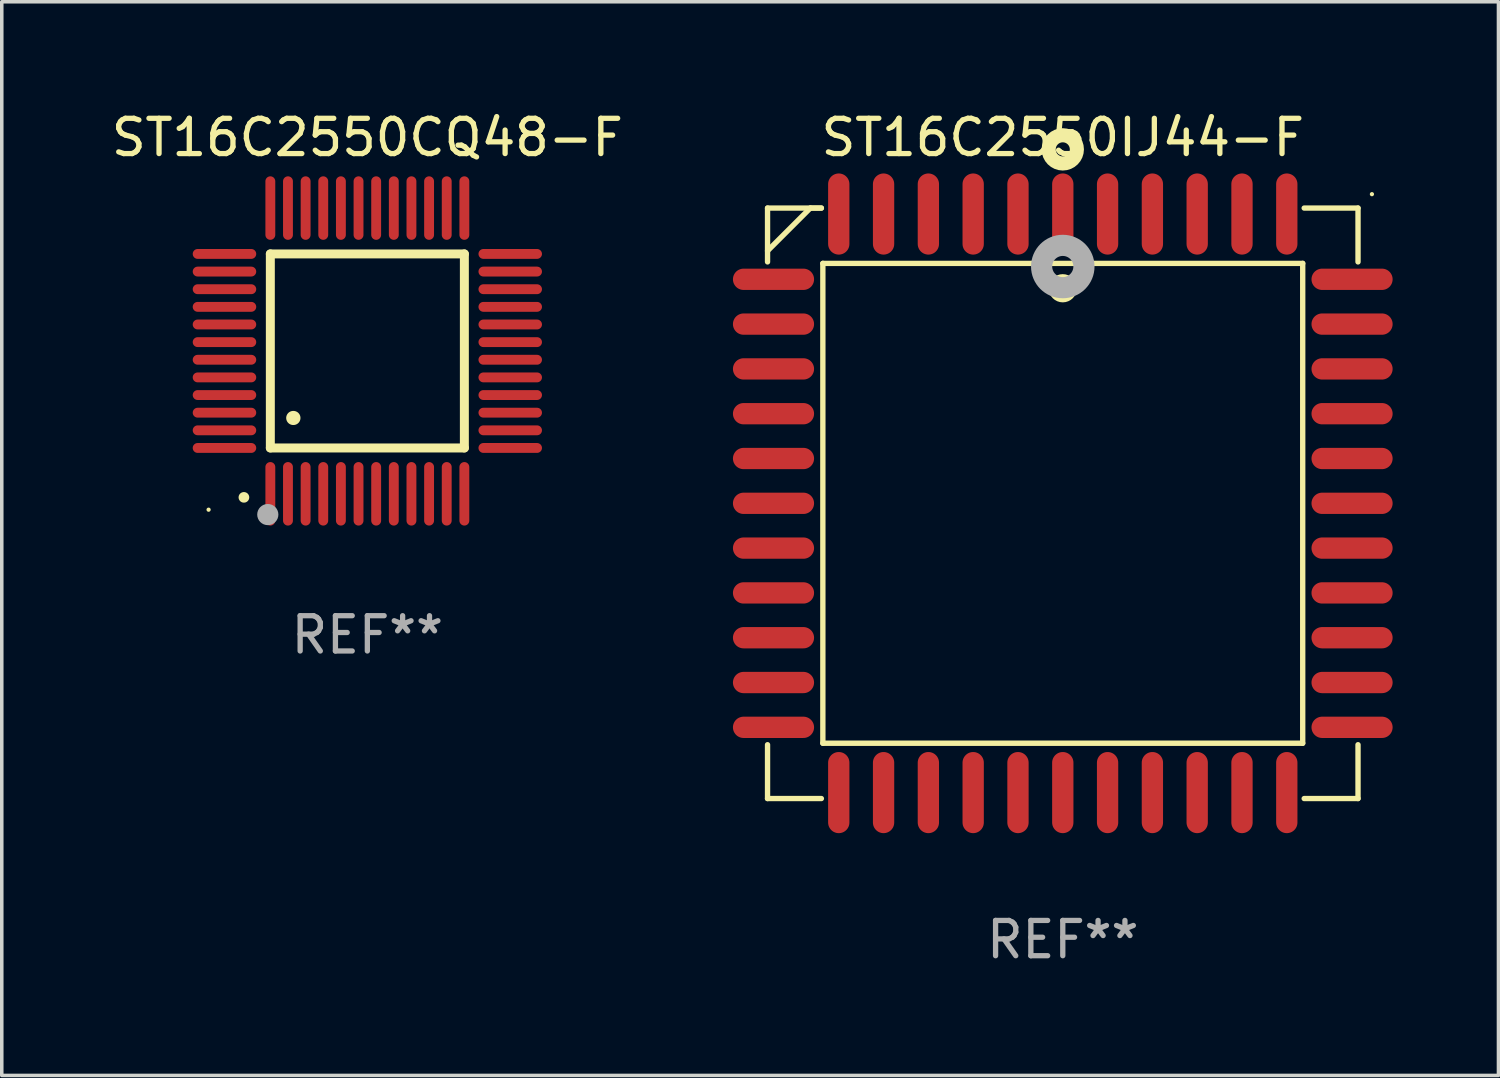
<source format=kicad_pcb>
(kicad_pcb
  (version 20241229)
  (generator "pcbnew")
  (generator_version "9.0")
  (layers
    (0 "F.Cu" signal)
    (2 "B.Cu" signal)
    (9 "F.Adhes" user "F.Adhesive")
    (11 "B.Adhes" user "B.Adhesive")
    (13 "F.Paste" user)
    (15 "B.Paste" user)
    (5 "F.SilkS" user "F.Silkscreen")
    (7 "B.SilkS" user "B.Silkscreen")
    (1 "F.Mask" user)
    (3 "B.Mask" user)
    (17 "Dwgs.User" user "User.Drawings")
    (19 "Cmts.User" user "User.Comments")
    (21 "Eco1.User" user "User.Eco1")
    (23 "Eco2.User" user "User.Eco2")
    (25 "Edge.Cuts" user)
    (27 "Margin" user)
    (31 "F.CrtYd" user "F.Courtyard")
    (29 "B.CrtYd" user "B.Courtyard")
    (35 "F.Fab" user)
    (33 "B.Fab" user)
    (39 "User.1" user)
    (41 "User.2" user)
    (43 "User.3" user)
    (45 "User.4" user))
  (footprint "ST16C2550IJ44-F"
    (layer "F.Cu")
    (at 27.076 11.217)
    (property "Reference" "ST16C2550IJ44-F" (at 0 -10.369 0) (layer "F.SilkS") (effects (font (size 1 1) (thickness 0.15))))
    (attr through_hole)
    (fp_line (start -8.369 -8.369) (end -8.369 -6.843) (stroke (width 0.152) (type solid)) (layer "F.SilkS"))
    (fp_line (start -8.369 8.369) (end -8.369 6.843) (stroke (width 0.152) (type solid)) (layer "F.SilkS"))
    (fp_line (start -7.156 -8.369) (end -8.369 -7.156) (stroke (width 0.152) (type solid)) (layer "F.SilkS"))
    (fp_line (start -6.843 -8.369) (end -8.369 -8.369) (stroke (width 0.152) (type solid)) (layer "F.SilkS"))
    (fp_line (start -6.843 -8.369) (end -7.156 -8.369) (stroke (width 0.152) (type solid)) (layer "F.SilkS"))
    (fp_line (start -6.843 8.369) (end -8.369 8.369) (stroke (width 0.152) (type solid)) (layer "F.SilkS"))
    (fp_line (start -6.801 -6.801) (end 6.801 -6.801) (stroke (width 0.152) (type solid)) (layer "F.SilkS"))
    (fp_line (start -6.801 6.801) (end -6.801 -6.801) (stroke (width 0.152) (type solid)) (layer "F.SilkS"))
    (fp_line (start 6.801 -6.801) (end 6.801 6.801) (stroke (width 0.152) (type solid)) (layer "F.SilkS"))
    (fp_line (start 6.801 6.801) (end -6.801 6.801) (stroke (width 0.152) (type solid)) (layer "F.SilkS"))
    (fp_line (start 6.843 -8.369) (end 8.369 -8.369) (stroke (width 0.152) (type solid)) (layer "F.SilkS"))
    (fp_line (start 6.843 8.369) (end 8.369 8.369) (stroke (width 0.152) (type solid)) (layer "F.SilkS"))
    (fp_line (start 8.369 -8.369) (end 8.369 -6.843) (stroke (width 0.152) (type solid)) (layer "F.SilkS"))
    (fp_line (start 8.369 8.369) (end 8.369 6.843) (stroke (width 0.152) (type solid)) (layer "F.SilkS"))
    (fp_circle (center -0.000013 -6.096) (end 0.2 -6.096) (stroke (width 0.4) (type solid)) (fill no) (layer "F.SilkS"))
    (fp_circle (center 0.000114 -10.033) (end 0.2 -10.033) (stroke (width 0.4) (type solid)) (fill no) (layer "F.SilkS"))
    (fp_circle (center 8.763 -8.763) (end 8.793 -8.763) (stroke (width 0.06) (type solid)) (fill no) (layer "F.SilkS"))
    (fp_circle (center 0.000114 -6.712) (end 0.3 -6.712) (stroke (width 0.6) (type solid)) (fill no) (layer "F.Fab"))
    (fp_text user "REF**" (at 0 12.369 0) (layer "F.Fab") (effects (font (size 1 1) (thickness 0.15))))
    (pad "1" smd oval (at 0.000114 -8.2) (size 0.604 2.3) (layers "F.Cu" "F.Mask" "F.Paste"))
    (pad "2" smd oval (at -1.27 -8.2) (size 0.604 2.3) (layers "F.Cu" "F.Mask" "F.Paste"))
    (pad "3" smd oval (at -2.54 -8.2) (size 0.604 2.3) (layers "F.Cu" "F.Mask" "F.Paste"))
    (pad "4" smd oval (at -3.81 -8.2) (size 0.604 2.3) (layers "F.Cu" "F.Mask" "F.Paste"))
    (pad "5" smd oval (at -5.08 -8.2) (size 0.604 2.3) (layers "F.Cu" "F.Mask" "F.Paste"))
    (pad "6" smd oval (at -6.35 -8.2) (size 0.604 2.3) (layers "F.Cu" "F.Mask" "F.Paste"))
    (pad "7" smd oval (at -8.2 -6.35) (size 2.3 0.604) (layers "F.Cu" "F.Mask" "F.Paste"))
    (pad "8" smd oval (at -8.2 -5.08) (size 2.3 0.604) (layers "F.Cu" "F.Mask" "F.Paste"))
    (pad "9" smd oval (at -8.2 -3.81) (size 2.3 0.604) (layers "F.Cu" "F.Mask" "F.Paste"))
    (pad "10" smd oval (at -8.2 -2.54) (size 2.3 0.604) (layers "F.Cu" "F.Mask" "F.Paste"))
    (pad "11" smd oval (at -8.2 -1.27) (size 2.3 0.604) (layers "F.Cu" "F.Mask" "F.Paste"))
    (pad "12" smd oval (at -8.2 0.000127) (size 2.3 0.604) (layers "F.Cu" "F.Mask" "F.Paste"))
    (pad "13" smd oval (at -8.2 1.27) (size 2.3 0.604) (layers "F.Cu" "F.Mask" "F.Paste"))
    (pad "14" smd oval (at -8.2 2.54) (size 2.3 0.604) (layers "F.Cu" "F.Mask" "F.Paste"))
    (pad "15" smd oval (at -8.2 3.81) (size 2.3 0.604) (layers "F.Cu" "F.Mask" "F.Paste"))
    (pad "16" smd oval (at -8.2 5.08) (size 2.3 0.604) (layers "F.Cu" "F.Mask" "F.Paste"))
    (pad "17" smd oval (at -8.2 6.35) (size 2.3 0.604) (layers "F.Cu" "F.Mask" "F.Paste"))
    (pad "18" smd oval (at -6.35 8.2) (size 0.604 2.3) (layers "F.Cu" "F.Mask" "F.Paste"))
    (pad "19" smd oval (at -5.08 8.2) (size 0.604 2.3) (layers "F.Cu" "F.Mask" "F.Paste"))
    (pad "20" smd oval (at -3.81 8.2) (size 0.604 2.3) (layers "F.Cu" "F.Mask" "F.Paste"))
    (pad "21" smd oval (at -2.54 8.2) (size 0.604 2.3) (layers "F.Cu" "F.Mask" "F.Paste"))
    (pad "22" smd oval (at -1.27 8.2) (size 0.604 2.3) (layers "F.Cu" "F.Mask" "F.Paste"))
    (pad "23" smd oval (at 0.000114 8.2) (size 0.604 2.3) (layers "F.Cu" "F.Mask" "F.Paste"))
    (pad "24" smd oval (at 1.27 8.2) (size 0.604 2.3) (layers "F.Cu" "F.Mask" "F.Paste"))
    (pad "25" smd oval (at 2.54 8.2) (size 0.604 2.3) (layers "F.Cu" "F.Mask" "F.Paste"))
    (pad "26" smd oval (at 3.81 8.2) (size 0.604 2.3) (layers "F.Cu" "F.Mask" "F.Paste"))
    (pad "27" smd oval (at 5.08 8.2) (size 0.604 2.3) (layers "F.Cu" "F.Mask" "F.Paste"))
    (pad "28" smd oval (at 6.35 8.2) (size 0.604 2.3) (layers "F.Cu" "F.Mask" "F.Paste"))
    (pad "29" smd oval (at 8.2 6.35) (size 2.3 0.604) (layers "F.Cu" "F.Mask" "F.Paste"))
    (pad "30" smd oval (at 8.2 5.08) (size 2.3 0.604) (layers "F.Cu" "F.Mask" "F.Paste"))
    (pad "31" smd oval (at 8.2 3.81) (size 2.3 0.604) (layers "F.Cu" "F.Mask" "F.Paste"))
    (pad "32" smd oval (at 8.2 2.54) (size 2.3 0.604) (layers "F.Cu" "F.Mask" "F.Paste"))
    (pad "33" smd oval (at 8.2 1.27) (size 2.3 0.604) (layers "F.Cu" "F.Mask" "F.Paste"))
    (pad "34" smd oval (at 8.2 0.000127) (size 2.3 0.604) (layers "F.Cu" "F.Mask" "F.Paste"))
    (pad "35" smd oval (at 8.2 -1.27) (size 2.3 0.604) (layers "F.Cu" "F.Mask" "F.Paste"))
    (pad "36" smd oval (at 8.2 -2.54) (size 2.3 0.604) (layers "F.Cu" "F.Mask" "F.Paste"))
    (pad "37" smd oval (at 8.2 -3.81) (size 2.3 0.604) (layers "F.Cu" "F.Mask" "F.Paste"))
    (pad "38" smd oval (at 8.2 -5.08) (size 2.3 0.604) (layers "F.Cu" "F.Mask" "F.Paste"))
    (pad "39" smd oval (at 8.2 -6.35) (size 2.3 0.604) (layers "F.Cu" "F.Mask" "F.Paste"))
    (pad "40" smd oval (at 6.35 -8.2) (size 0.604 2.3) (layers "F.Cu" "F.Mask" "F.Paste"))
    (pad "41" smd oval (at 5.08 -8.2) (size 0.604 2.3) (layers "F.Cu" "F.Mask" "F.Paste"))
    (pad "42" smd oval (at 3.81 -8.2) (size 0.604 2.3) (layers "F.Cu" "F.Mask" "F.Paste"))
    (pad "43" smd oval (at 2.54 -8.2) (size 0.604 2.3) (layers "F.Cu" "F.Mask" "F.Paste"))
    (pad "44" smd oval (at 1.27 -8.2) (size 0.604 2.3) (layers "F.Cu" "F.Mask" "F.Paste")))
  (footprint "ST16C2550CQ48-F"
    (layer "F.Cu")
    (at 7.363 6.898)
    (property "Reference" "ST16C2550CQ48-F" (at 0 -6.05 0) (layer "F.SilkS") (effects (font (size 1 1) (thickness 0.15))))
    (attr through_hole)
    (fp_line (start -2.75 -2.75) (end 2.75 -2.75) (stroke (width 0.254) (type solid)) (layer "F.SilkS"))
    (fp_line (start -2.75 2.75) (end -2.75 -2.75) (stroke (width 0.254) (type solid)) (layer "F.SilkS"))
    (fp_line (start 2.75 -2.75) (end 2.75 2.75) (stroke (width 0.254) (type solid)) (layer "F.SilkS"))
    (fp_line (start 2.75 2.75) (end -2.75 2.75) (stroke (width 0.254) (type solid)) (layer "F.SilkS"))
    (fp_arc (start -3.500127 4.150368) (mid -3.498857 4.150363) (end -3.497587 4.150368) (stroke (width 0.3) (type solid)) (layer "F.SilkS"))
    (fp_arc (start -2.100584 1.899924) (mid -2.098044 1.899908) (end -2.095504 1.899924) (stroke (width 0.4) (type solid)) (layer "F.SilkS"))
    (fp_circle (center -4.5 4.5) (end -4.47 4.5) (stroke (width 0.06) (type solid)) (fill no) (layer "F.SilkS"))
    (fp_circle (center -2.822 4.638) (end -2.672 4.638) (stroke (width 0.3) (type solid)) (fill no) (layer "F.Fab"))
    (fp_text user "REF**" (at 0 8.05 0) (layer "F.Fab") (effects (font (size 1 1) (thickness 0.15))))
    (pad "1" smd oval (at -2.75 4.05) (size 0.28 1.8) (layers "F.Cu" "F.Mask" "F.Paste"))
    (pad "2" smd oval (at -2.25 4.05) (size 0.28 1.8) (layers "F.Cu" "F.Mask" "F.Paste"))
    (pad "3" smd oval (at -1.75 4.05) (size 0.28 1.8) (layers "F.Cu" "F.Mask" "F.Paste"))
    (pad "4" smd oval (at -1.25 4.05) (size 0.28 1.8) (layers "F.Cu" "F.Mask" "F.Paste"))
    (pad "5" smd oval (at -0.75 4.05) (size 0.28 1.8) (layers "F.Cu" "F.Mask" "F.Paste"))
    (pad "6" smd oval (at -0.25 4.05) (size 0.28 1.8) (layers "F.Cu" "F.Mask" "F.Paste"))
    (pad "7" smd oval (at 0.25 4.05) (size 0.28 1.8) (layers "F.Cu" "F.Mask" "F.Paste"))
    (pad "8" smd oval (at 0.75 4.05) (size 0.28 1.8) (layers "F.Cu" "F.Mask" "F.Paste"))
    (pad "9" smd oval (at 1.25 4.05) (size 0.28 1.8) (layers "F.Cu" "F.Mask" "F.Paste"))
    (pad "10" smd oval (at 1.75 4.05) (size 0.28 1.8) (layers "F.Cu" "F.Mask" "F.Paste"))
    (pad "11" smd oval (at 2.25 4.05) (size 0.28 1.8) (layers "F.Cu" "F.Mask" "F.Paste"))
    (pad "12" smd oval (at 2.75 4.05) (size 0.28 1.8) (layers "F.Cu" "F.Mask" "F.Paste"))
    (pad "13" smd oval (at 4.05 2.75) (size 1.8 0.28) (layers "F.Cu" "F.Mask" "F.Paste"))
    (pad "14" smd oval (at 4.05 2.25) (size 1.8 0.28) (layers "F.Cu" "F.Mask" "F.Paste"))
    (pad "15" smd oval (at 4.05 1.75) (size 1.8 0.28) (layers "F.Cu" "F.Mask" "F.Paste"))
    (pad "16" smd oval (at 4.05 1.25) (size 1.8 0.28) (layers "F.Cu" "F.Mask" "F.Paste"))
    (pad "17" smd oval (at 4.05 0.75) (size 1.8 0.28) (layers "F.Cu" "F.Mask" "F.Paste"))
    (pad "18" smd oval (at 4.05 0.25) (size 1.8 0.28) (layers "F.Cu" "F.Mask" "F.Paste"))
    (pad "19" smd oval (at 4.05 -0.25) (size 1.8 0.28) (layers "F.Cu" "F.Mask" "F.Paste"))
    (pad "20" smd oval (at 4.05 -0.75) (size 1.8 0.28) (layers "F.Cu" "F.Mask" "F.Paste"))
    (pad "21" smd oval (at 4.05 -1.25) (size 1.8 0.28) (layers "F.Cu" "F.Mask" "F.Paste"))
    (pad "22" smd oval (at 4.05 -1.75) (size 1.8 0.28) (layers "F.Cu" "F.Mask" "F.Paste"))
    (pad "23" smd oval (at 4.05 -2.25) (size 1.8 0.28) (layers "F.Cu" "F.Mask" "F.Paste"))
    (pad "24" smd oval (at 4.05 -2.75) (size 1.8 0.28) (layers "F.Cu" "F.Mask" "F.Paste"))
    (pad "25" smd oval (at 2.75 -4.05) (size 0.28 1.8) (layers "F.Cu" "F.Mask" "F.Paste"))
    (pad "26" smd oval (at 2.25 -4.05) (size 0.28 1.8) (layers "F.Cu" "F.Mask" "F.Paste"))
    (pad "27" smd oval (at 1.75 -4.05) (size 0.28 1.8) (layers "F.Cu" "F.Mask" "F.Paste"))
    (pad "28" smd oval (at 1.25 -4.05) (size 0.28 1.8) (layers "F.Cu" "F.Mask" "F.Paste"))
    (pad "29" smd oval (at 0.75 -4.05) (size 0.28 1.8) (layers "F.Cu" "F.Mask" "F.Paste"))
    (pad "30" smd oval (at 0.25 -4.05) (size 0.28 1.8) (layers "F.Cu" "F.Mask" "F.Paste"))
    (pad "31" smd oval (at -0.25 -4.05) (size 0.28 1.8) (layers "F.Cu" "F.Mask" "F.Paste"))
    (pad "32" smd oval (at -0.75 -4.05) (size 0.28 1.8) (layers "F.Cu" "F.Mask" "F.Paste"))
    (pad "33" smd oval (at -1.25 -4.05) (size 0.28 1.8) (layers "F.Cu" "F.Mask" "F.Paste"))
    (pad "34" smd oval (at -1.75 -4.05) (size 0.28 1.8) (layers "F.Cu" "F.Mask" "F.Paste"))
    (pad "35" smd oval (at -2.25 -4.05) (size 0.28 1.8) (layers "F.Cu" "F.Mask" "F.Paste"))
    (pad "36" smd oval (at -2.75 -4.05) (size 0.28 1.8) (layers "F.Cu" "F.Mask" "F.Paste"))
    (pad "37" smd oval (at -4.05 -2.75) (size 1.8 0.28) (layers "F.Cu" "F.Mask" "F.Paste"))
    (pad "38" smd oval (at -4.05 -2.25) (size 1.8 0.28) (layers "F.Cu" "F.Mask" "F.Paste"))
    (pad "39" smd oval (at -4.05 -1.75) (size 1.8 0.28) (layers "F.Cu" "F.Mask" "F.Paste"))
    (pad "40" smd oval (at -4.05 -1.25) (size 1.8 0.28) (layers "F.Cu" "F.Mask" "F.Paste"))
    (pad "41" smd oval (at -4.05 -0.75) (size 1.8 0.28) (layers "F.Cu" "F.Mask" "F.Paste"))
    (pad "42" smd oval (at -4.05 -0.25) (size 1.8 0.28) (layers "F.Cu" "F.Mask" "F.Paste"))
    (pad "43" smd oval (at -4.05 0.25) (size 1.8 0.28) (layers "F.Cu" "F.Mask" "F.Paste"))
    (pad "44" smd oval (at -4.05 0.75) (size 1.8 0.28) (layers "F.Cu" "F.Mask" "F.Paste"))
    (pad "45" smd oval (at -4.05 1.25) (size 1.8 0.28) (layers "F.Cu" "F.Mask" "F.Paste"))
    (pad "46" smd oval (at -4.05 1.75) (size 1.8 0.28) (layers "F.Cu" "F.Mask" "F.Paste"))
    (pad "47" smd oval (at -4.05 2.25) (size 1.8 0.28) (layers "F.Cu" "F.Mask" "F.Paste"))
    (pad "48" smd oval (at -4.05 2.75) (size 1.8 0.28) (layers "F.Cu" "F.Mask" "F.Paste")))
  (gr_rect
    (start -3 -3)
    (end 39.426 27.435)
    (stroke (width 0.1) (type default))
    (fill no)
    (layer "Edge.Cuts")))
</source>
